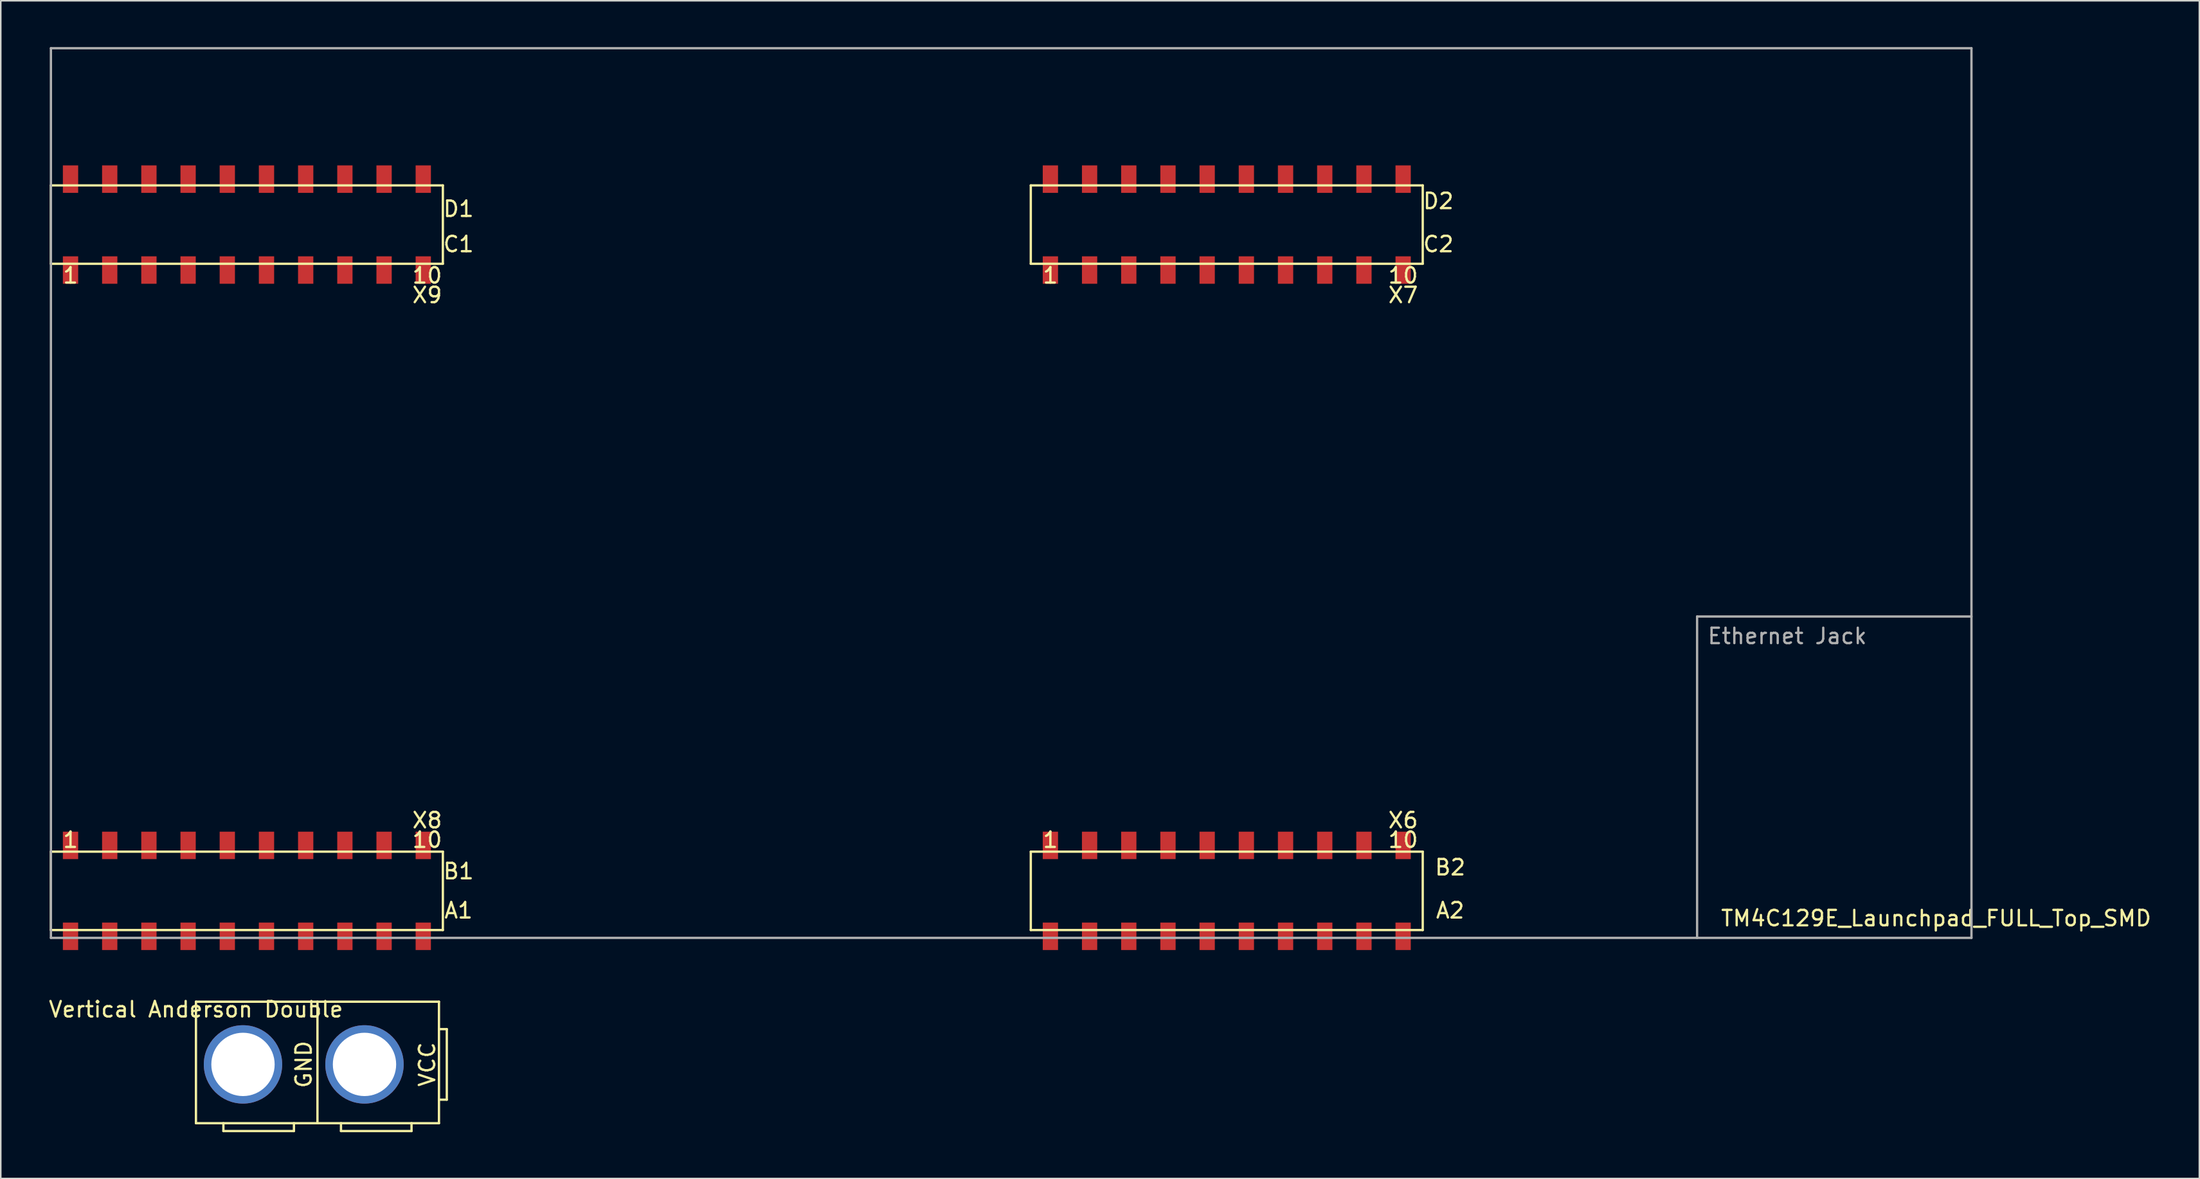
<source format=kicad_pcb>
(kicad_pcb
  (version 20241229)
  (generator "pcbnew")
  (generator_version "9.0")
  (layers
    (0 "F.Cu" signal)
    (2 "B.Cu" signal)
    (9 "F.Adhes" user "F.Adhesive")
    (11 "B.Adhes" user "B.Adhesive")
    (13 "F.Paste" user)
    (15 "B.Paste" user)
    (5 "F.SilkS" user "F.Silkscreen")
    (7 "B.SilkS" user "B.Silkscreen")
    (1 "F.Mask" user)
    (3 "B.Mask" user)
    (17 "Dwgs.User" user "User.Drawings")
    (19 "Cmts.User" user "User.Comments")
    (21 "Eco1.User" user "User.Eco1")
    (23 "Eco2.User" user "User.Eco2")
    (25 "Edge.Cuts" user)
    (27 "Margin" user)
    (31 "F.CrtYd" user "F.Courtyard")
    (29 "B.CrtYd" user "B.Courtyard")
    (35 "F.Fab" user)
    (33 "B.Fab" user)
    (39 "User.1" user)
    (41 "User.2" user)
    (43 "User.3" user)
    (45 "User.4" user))
  (footprint "TM4C129E_Launchpad_FULL_Top_SMD"
    (layer "F.Cu")
    (at 0.25 57.225)
    (property "Reference" "TM4C129E_Launchpad_FULL_Top_SMD" (at 122.174 -0.762 180) (layer "F.SilkS") (effects (font (size 1 1) (thickness 0.15))))
    (attr through_hole)
    (fp_line (start 0 -48.26) (end 0 -43.18) (stroke (width 0.15) (type solid)) (layer "F.SilkS"))
    (fp_line (start 0 -43.18) (end 25.4 -43.18) (stroke (width 0.15) (type solid)) (layer "F.SilkS"))
    (fp_line (start 0 -5.08) (end 0 0) (stroke (width 0.15) (type solid)) (layer "F.SilkS"))
    (fp_line (start 0 0) (end 25.4 0) (stroke (width 0.15) (type solid)) (layer "F.SilkS"))
    (fp_line (start 25.4 -48.26) (end 0 -48.26) (stroke (width 0.15) (type solid)) (layer "F.SilkS"))
    (fp_line (start 25.4 -43.18) (end 25.4 -48.26) (stroke (width 0.15) (type solid)) (layer "F.SilkS"))
    (fp_line (start 25.4 -5.08) (end 0 -5.08) (stroke (width 0.15) (type solid)) (layer "F.SilkS"))
    (fp_line (start 25.4 0) (end 25.4 -5.08) (stroke (width 0.15) (type solid)) (layer "F.SilkS"))
    (fp_line (start 63.5 -48.26) (end 63.5 -43.18) (stroke (width 0.15) (type solid)) (layer "F.SilkS"))
    (fp_line (start 63.5 -43.18) (end 88.9 -43.18) (stroke (width 0.15) (type solid)) (layer "F.SilkS"))
    (fp_line (start 63.5 -5.08) (end 63.5 0) (stroke (width 0.15) (type solid)) (layer "F.SilkS"))
    (fp_line (start 63.5 0) (end 88.9 0) (stroke (width 0.15) (type solid)) (layer "F.SilkS"))
    (fp_line (start 88.9 -48.26) (end 63.5 -48.26) (stroke (width 0.15) (type solid)) (layer "F.SilkS"))
    (fp_line (start 88.9 -43.18) (end 88.9 -48.26) (stroke (width 0.15) (type solid)) (layer "F.SilkS"))
    (fp_line (start 88.9 -5.08) (end 63.5 -5.08) (stroke (width 0.15) (type solid)) (layer "F.SilkS"))
    (fp_line (start 88.9 0) (end 88.9 -5.08) (stroke (width 0.15) (type solid)) (layer "F.SilkS"))
    (fp_line (start 0 -57.15) (end 0 0.508) (stroke (width 0.15) (type solid)) (layer "F.Fab"))
    (fp_line (start 0 0.508) (end 124.46 0.508) (stroke (width 0.15) (type solid)) (layer "F.Fab"))
    (fp_line (start 106.68 -20.32) (end 106.68 0.508) (stroke (width 0.15) (type solid)) (layer "F.Fab"))
    (fp_line (start 124.46 -57.15) (end 0 -57.15) (stroke (width 0.15) (type solid)) (layer "F.Fab"))
    (fp_line (start 124.46 -57.15) (end 124.46 0.508) (stroke (width 0.15) (type solid)) (layer "F.Fab"))
    (fp_line (start 124.46 -20.32) (end 106.68 -20.32) (stroke (width 0.15) (type solid)) (layer "F.Fab"))
    (fp_text user "10" (at 24.384 -42.418 180) (layer "F.SilkS") (effects (font (size 1 1) (thickness 0.15))))
    (fp_text user "10" (at 87.63 -42.418 180) (layer "F.SilkS") (effects (font (size 1 1) (thickness 0.15))))
    (fp_text user "X9" (at 24.384 -41.148 180) (layer "F.SilkS") (effects (font (size 1 1) (thickness 0.15))))
    (fp_text user "X6" (at 87.63 -7.112 0) (layer "F.SilkS") (effects (font (size 1 1) (thickness 0.15))))
    (fp_text user "10" (at 87.63 -5.842 180) (layer "F.SilkS") (effects (font (size 1 1) (thickness 0.15))))
    (fp_text user "B1" (at 26.416 -3.81 180) (layer "F.SilkS") (effects (font (size 1 1) (thickness 0.15))))
    (fp_text user "1" (at 64.77 -42.418 180) (layer "F.SilkS") (effects (font (size 1 1) (thickness 0.15))))
    (fp_text user "1" (at 64.77 -5.842 180) (layer "F.SilkS") (effects (font (size 1 1) (thickness 0.15))))
    (fp_text user "D2" (at 89.916 -47.244 0) (layer "F.SilkS") (effects (font (size 1 1) (thickness 0.15))))
    (fp_text user "C1" (at 26.416 -44.45 180) (layer "F.SilkS") (effects (font (size 1 1) (thickness 0.15))))
    (fp_text user "B2" (at 90.678 -4.064 180) (layer "F.SilkS") (effects (font (size 1 1) (thickness 0.15))))
    (fp_text user "1" (at 1.27 -42.418 180) (layer "F.SilkS") (effects (font (size 1 1) (thickness 0.15))))
    (fp_text user "A2" (at 90.678 -1.27 180) (layer "F.SilkS") (effects (font (size 1 1) (thickness 0.15))))
    (fp_text user "10" (at 24.384 -5.842 180) (layer "F.SilkS") (effects (font (size 1 1) (thickness 0.15))))
    (fp_text user "D1" (at 26.416 -46.736 180) (layer "F.SilkS") (effects (font (size 1 1) (thickness 0.15))))
    (fp_text user "A1" (at 26.416 -1.27 180) (layer "F.SilkS") (effects (font (size 1 1) (thickness 0.15))))
    (fp_text user "X8" (at 24.384 -7.112 180) (layer "F.SilkS") (effects (font (size 1 1) (thickness 0.15))))
    (fp_text user "C2" (at 89.916 -44.45 180) (layer "F.SilkS") (effects (font (size 1 1) (thickness 0.15))))
    (fp_text user "1" (at 1.27 -5.842 180) (layer "F.SilkS") (effects (font (size 1 1) (thickness 0.15))))
    (fp_text user "X7" (at 87.63 -41.148 180) (layer "F.SilkS") (effects (font (size 1 1) (thickness 0.15))))
    (fp_text user "Ethernet Jack" (at 112.522 -19.05 0) (layer "F.Fab") (effects (font (size 1 1) (thickness 0.15))))
    (pad "+3V3" smd rect (at 1.27 0.406 180) (size 0.991 1.778) (layers "F.Cu" "F.Mask" "F.Paste"))
    (pad "+3V3" smd rect (at 64.77 0.406 180) (size 0.991 1.778) (layers "F.Cu" "F.Mask" "F.Paste"))
    (pad "+5V" smd rect (at 1.27 -5.486 180) (size 0.991 1.778) (layers "F.Cu" "F.Mask" "F.Paste"))
    (pad "+5V" smd rect (at 64.77 -5.486 180) (size 0.991 1.778) (layers "F.Cu" "F.Mask" "F.Paste"))
    (pad "GND" smd rect (at 1.27 -48.666 180) (size 0.991 1.778) (layers "F.Cu" "F.Mask" "F.Paste"))
    (pad "GND" smd rect (at 3.81 -5.486 180) (size 0.991 1.778) (layers "F.Cu" "F.Mask" "F.Paste"))
    (pad "GND" smd rect (at 64.77 -48.666 180) (size 0.991 1.778) (layers "F.Cu" "F.Mask" "F.Paste"))
    (pad "GND" smd rect (at 67.31 -5.486 180) (size 0.991 1.778) (layers "F.Cu" "F.Mask" "F.Paste"))
    (pad "PA4" smd rect (at 85.09 -5.486 180) (size 0.991 1.778) (layers "F.Cu" "F.Mask" "F.Paste"))
    (pad "PA5" smd rect (at 87.63 -5.486 180) (size 0.991 1.778) (layers "F.Cu" "F.Mask" "F.Paste"))
    (pad "PA6" smd rect (at 19.05 -5.486 180) (size 0.991 1.778) (layers "F.Cu" "F.Mask" "F.Paste"))
    (pad "PA7" smd rect (at 72.39 -48.666 180) (size 0.991 1.778) (layers "F.Cu" "F.Mask" "F.Paste"))
    (pad "PB2" smd rect (at 21.59 0.406 180) (size 0.991 1.778) (layers "F.Cu" "F.Mask" "F.Paste"))
    (pad "PB3" smd rect (at 24.13 0.406 180) (size 0.991 1.778) (layers "F.Cu" "F.Mask" "F.Paste"))
    (pad "PB4" smd rect (at 69.85 -5.486 180) (size 0.991 1.778) (layers "F.Cu" "F.Mask" "F.Paste"))
    (pad "PB5" smd rect (at 72.39 -5.486 180) (size 0.991 1.778) (layers "F.Cu" "F.Mask" "F.Paste"))
    (pad "PC4" smd rect (at 6.35 0.406 180) (size 0.991 1.778) (layers "F.Cu" "F.Mask" "F.Paste"))
    (pad "PC5" smd rect (at 8.89 0.406 180) (size 0.991 1.778) (layers "F.Cu" "F.Mask" "F.Paste"))
    (pad "PC6" smd rect (at 11.43 0.406 180) (size 0.991 1.778) (layers "F.Cu" "F.Mask" "F.Paste"))
    (pad "PC7" smd rect (at 19.05 0.406 180) (size 0.991 1.778) (layers "F.Cu" "F.Mask" "F.Paste"))
    (pad "PD0" smd rect (at 16.51 -48.666 180) (size 0.991 1.778) (layers "F.Cu" "F.Mask" "F.Paste"))
    (pad "PD1" smd rect (at 13.97 -48.666 180) (size 0.991 1.778) (layers "F.Cu" "F.Mask" "F.Paste"))
    (pad "PD2" smd rect (at 67.31 0.406 180) (size 0.991 1.778) (layers "F.Cu" "F.Mask" "F.Paste"))
    (pad "PD3" smd rect (at 16.51 0.406 180) (size 0.991 1.778) (layers "F.Cu" "F.Mask" "F.Paste"))
    (pad "PD4" smd rect (at 74.93 0.406 180) (size 0.991 1.778) (layers "F.Cu" "F.Mask" "F.Paste"))
    (pad "PD5" smd rect (at 77.47 0.406 180) (size 0.991 1.778) (layers "F.Cu" "F.Mask" "F.Paste"))
    (pad "PD7" smd rect (at 16.51 -5.486 180) (size 0.991 1.778) (layers "F.Cu" "F.Mask" "F.Paste"))
    (pad "PE0" smd rect (at 6.35 -5.486 180) (size 0.991 1.778) (layers "F.Cu" "F.Mask" "F.Paste"))
    (pad "PE1" smd rect (at 8.89 -5.486 180) (size 0.991 1.778) (layers "F.Cu" "F.Mask" "F.Paste"))
    (pad "PE2" smd rect (at 11.43 -5.486 180) (size 0.991 1.778) (layers "F.Cu" "F.Mask" "F.Paste"))
    (pad "PE3" smd rect (at 13.97 -5.486 180) (size 0.991 1.778) (layers "F.Cu" "F.Mask" "F.Paste"))
    (pad "PE4" smd rect (at 3.81 0.406 180) (size 0.991 1.778) (layers "F.Cu" "F.Mask" "F.Paste"))
    (pad "PE5" smd rect (at 13.97 0.406 180) (size 0.991 1.778) (layers "F.Cu" "F.Mask" "F.Paste"))
    (pad "PF1" smd rect (at 1.27 -42.774 180) (size 0.991 1.778) (layers "F.Cu" "F.Mask" "F.Paste"))
    (pad "PF2" smd rect (at 3.81 -42.774 180) (size 0.991 1.778) (layers "F.Cu" "F.Mask" "F.Paste"))
    (pad "PF3" smd rect (at 6.35 -42.774 180) (size 0.991 1.778) (layers "F.Cu" "F.Mask" "F.Paste"))
    (pad "PG0" smd rect (at 8.89 -42.774 180) (size 0.991 1.778) (layers "F.Cu" "F.Mask" "F.Paste"))
    (pad "PG1" smd rect (at 64.77 -42.774 180) (size 0.991 1.778) (layers "F.Cu" "F.Mask" "F.Paste"))
    (pad "PH0" smd rect (at 80.01 -42.774 180) (size 0.991 1.778) (layers "F.Cu" "F.Mask" "F.Paste"))
    (pad "PH1" smd rect (at 82.55 -42.774 180) (size 0.991 1.778) (layers "F.Cu" "F.Mask" "F.Paste"))
    (pad "PH2" smd rect (at 6.35 -48.666 180) (size 0.991 1.778) (layers "F.Cu" "F.Mask" "F.Paste"))
    (pad "PH3" smd rect (at 8.89 -48.666 180) (size 0.991 1.778) (layers "F.Cu" "F.Mask" "F.Paste"))
    (pad "PK0" smd rect (at 74.93 -5.486 180) (size 0.991 1.778) (layers "F.Cu" "F.Mask" "F.Paste"))
    (pad "PK1" smd rect (at 77.47 -5.486 180) (size 0.991 1.778) (layers "F.Cu" "F.Mask" "F.Paste"))
    (pad "PK2" smd rect (at 80.01 -5.486 180) (size 0.991 1.778) (layers "F.Cu" "F.Mask" "F.Paste"))
    (pad "PK3" smd rect (at 82.55 -5.486 180) (size 0.991 1.778) (layers "F.Cu" "F.Mask" "F.Paste"))
    (pad "PK4" smd rect (at 67.31 -42.774 180) (size 0.991 1.778) (layers "F.Cu" "F.Mask" "F.Paste"))
    (pad "PK5" smd rect (at 69.85 -42.774 180) (size 0.991 1.778) (layers "F.Cu" "F.Mask" "F.Paste"))
    (pad "PK6" smd rect (at 85.09 -42.774 180) (size 0.991 1.778) (layers "F.Cu" "F.Mask" "F.Paste"))
    (pad "PK7" smd rect (at 87.63 -42.774 180) (size 0.991 1.778) (layers "F.Cu" "F.Mask" "F.Paste"))
    (pad "PL0" smd rect (at 16.51 -42.774 180) (size 0.991 1.778) (layers "F.Cu" "F.Mask" "F.Paste"))
    (pad "PL1" smd rect (at 19.05 -42.774 180) (size 0.991 1.778) (layers "F.Cu" "F.Mask" "F.Paste"))
    (pad "PL2" smd rect (at 21.59 -42.774 180) (size 0.991 1.778) (layers "F.Cu" "F.Mask" "F.Paste"))
    (pad "PL3" smd rect (at 24.13 -42.774 180) (size 0.991 1.778) (layers "F.Cu" "F.Mask" "F.Paste"))
    (pad "PL4" smd rect (at 11.43 -42.774 180) (size 0.991 1.778) (layers "F.Cu" "F.Mask" "F.Paste"))
    (pad "PL5" smd rect (at 13.97 -42.774 180) (size 0.991 1.778) (layers "F.Cu" "F.Mask" "F.Paste"))
    (pad "PM0" smd rect (at 72.39 -42.774 180) (size 0.991 1.778) (layers "F.Cu" "F.Mask" "F.Paste"))
    (pad "PM1" smd rect (at 74.93 -42.774 180) (size 0.991 1.778) (layers "F.Cu" "F.Mask" "F.Paste"))
    (pad "PM2" smd rect (at 77.47 -42.774 180) (size 0.991 1.778) (layers "F.Cu" "F.Mask" "F.Paste"))
    (pad "PM3" smd rect (at 3.81 -48.666 180) (size 0.991 1.778) (layers "F.Cu" "F.Mask" "F.Paste"))
    (pad "PM4" smd rect (at 21.59 -5.486 180) (size 0.991 1.778) (layers "F.Cu" "F.Mask" "F.Paste"))
    (pad "PM5" smd rect (at 24.13 -5.486 180) (size 0.991 1.778) (layers "F.Cu" "F.Mask" "F.Paste"))
    (pad "PM6" smd rect (at 87.63 -48.666 180) (size 0.991 1.778) (layers "F.Cu" "F.Mask" "F.Paste"))
    (pad "PM7" smd rect (at 67.31 -48.666 180) (size 0.991 1.778) (layers "F.Cu" "F.Mask" "F.Paste"))
    (pad "PN2" smd rect (at 19.05 -48.666 180) (size 0.991 1.778) (layers "F.Cu" "F.Mask" "F.Paste"))
    (pad "PN3" smd rect (at 21.59 -48.666 180) (size 0.991 1.778) (layers "F.Cu" "F.Mask" "F.Paste"))
    (pad "PN4" smd rect (at 87.63 0.406 180) (size 0.991 1.778) (layers "F.Cu" "F.Mask" "F.Paste"))
    (pad "PN5" smd rect (at 85.09 0.406 180) (size 0.991 1.778) (layers "F.Cu" "F.Mask" "F.Paste"))
    (pad "PP0" smd rect (at 69.85 0.406 180) (size 0.991 1.778) (layers "F.Cu" "F.Mask" "F.Paste"))
    (pad "PP1" smd rect (at 72.39 0.406 180) (size 0.991 1.778) (layers "F.Cu" "F.Mask" "F.Paste"))
    (pad "PP2" smd rect (at 24.13 -48.666 180) (size 0.991 1.778) (layers "F.Cu" "F.Mask" "F.Paste"))
    (pad "PP3" smd rect (at 82.55 -48.666 180) (size 0.991 1.778) (layers "F.Cu" "F.Mask" "F.Paste"))
    (pad "PP4" smd rect (at 82.55 0.406 180) (size 0.991 1.778) (layers "F.Cu" "F.Mask" "F.Paste"))
    (pad "PP5" smd rect (at 69.85 -48.666 180) (size 0.991 1.778) (layers "F.Cu" "F.Mask" "F.Paste"))
    (pad "PQ0" smd rect (at 80.01 0.406 180) (size 0.991 1.778) (layers "F.Cu" "F.Mask" "F.Paste"))
    (pad "PQ1" smd rect (at 85.09 -48.666 180) (size 0.991 1.778) (layers "F.Cu" "F.Mask" "F.Paste"))
    (pad "PQ2" smd rect (at 77.47 -48.666 180) (size 0.991 1.778) (layers "F.Cu" "F.Mask" "F.Paste"))
    (pad "PQ3" smd rect (at 80.01 -48.666 180) (size 0.991 1.778) (layers "F.Cu" "F.Mask" "F.Paste"))
    (pad "Rese" smd rect (at 11.43 -48.666 180) (size 0.991 1.778) (layers "F.Cu" "F.Mask" "F.Paste"))
    (pad "Rese" smd rect (at 74.93 -48.666 180) (size 0.991 1.778) (layers "F.Cu" "F.Mask" "F.Paste")))
  (footprint "Vertical Anderson Double"
    (layer "F.Cu")
    (at 25.905 68.219)
    (property "Reference" "Vertical Anderson Double" (at -16.256 -5.85 0) (layer "F.SilkS") (effects (font (size 1 1) (thickness 0.15))))
    (attr through_hole)
    (fp_line (start -16.256 -6.35) (end -0.508 -6.35) (stroke (width 0.15) (type solid)) (layer "F.SilkS"))
    (fp_line (start -16.256 1.524) (end -16.256 -6.35) (stroke (width 0.15) (type solid)) (layer "F.SilkS"))
    (fp_line (start -14.478 2.032) (end -14.478 1.524) (stroke (width 0.15) (type solid)) (layer "F.SilkS"))
    (fp_line (start -9.906 1.524) (end -9.906 2.032) (stroke (width 0.15) (type solid)) (layer "F.SilkS"))
    (fp_line (start -9.906 2.032) (end -14.478 2.032) (stroke (width 0.15) (type solid)) (layer "F.SilkS"))
    (fp_line (start -8.382 -6.35) (end -8.382 1.524) (stroke (width 0.15) (type solid)) (layer "F.SilkS"))
    (fp_line (start -6.858 1.524) (end -6.858 2.032) (stroke (width 0.15) (type solid)) (layer "F.SilkS"))
    (fp_line (start -6.858 2.032) (end -2.286 2.032) (stroke (width 0.15) (type solid)) (layer "F.SilkS"))
    (fp_line (start -2.286 2.032) (end -2.286 1.524) (stroke (width 0.15) (type solid)) (layer "F.SilkS"))
    (fp_line (start -0.508 -6.35) (end -0.508 1.524) (stroke (width 0.15) (type solid)) (layer "F.SilkS"))
    (fp_line (start -0.508 0) (end 0 0) (stroke (width 0.15) (type solid)) (layer "F.SilkS"))
    (fp_line (start -0.508 1.524) (end -16.256 1.524) (stroke (width 0.15) (type solid)) (layer "F.SilkS"))
    (fp_line (start 0 -4.572) (end -0.508 -4.572) (stroke (width 0.15) (type solid)) (layer "F.SilkS"))
    (fp_line (start 0 0) (end 0 -4.572) (stroke (width 0.15) (type solid)) (layer "F.SilkS"))
    (fp_text user "GND" (at -9.271 -2.286 90) (layer "F.SilkS") (effects (font (size 1 1) (thickness 0.15))))
    (fp_text user "VCC" (at -1.27 -2.286 90) (layer "F.SilkS") (effects (font (size 1 1) (thickness 0.15))))
    (pad "1" thru_hole circle (at -13.208 -2.286) (size 5.08 5.08) (drill 4.104) (layers "*.Cu" "*.Mask"))
    (pad "2" thru_hole circle (at -5.334 -2.286) (size 5.08 5.08) (drill 4.104) (layers "*.Cu" "*.Mask")))
  (gr_rect
    (start -3 -3)
    (end 139.478 73.326)
    (stroke (width 0.1) (type default))
    (fill no)
    (layer "Edge.Cuts")))
</source>
